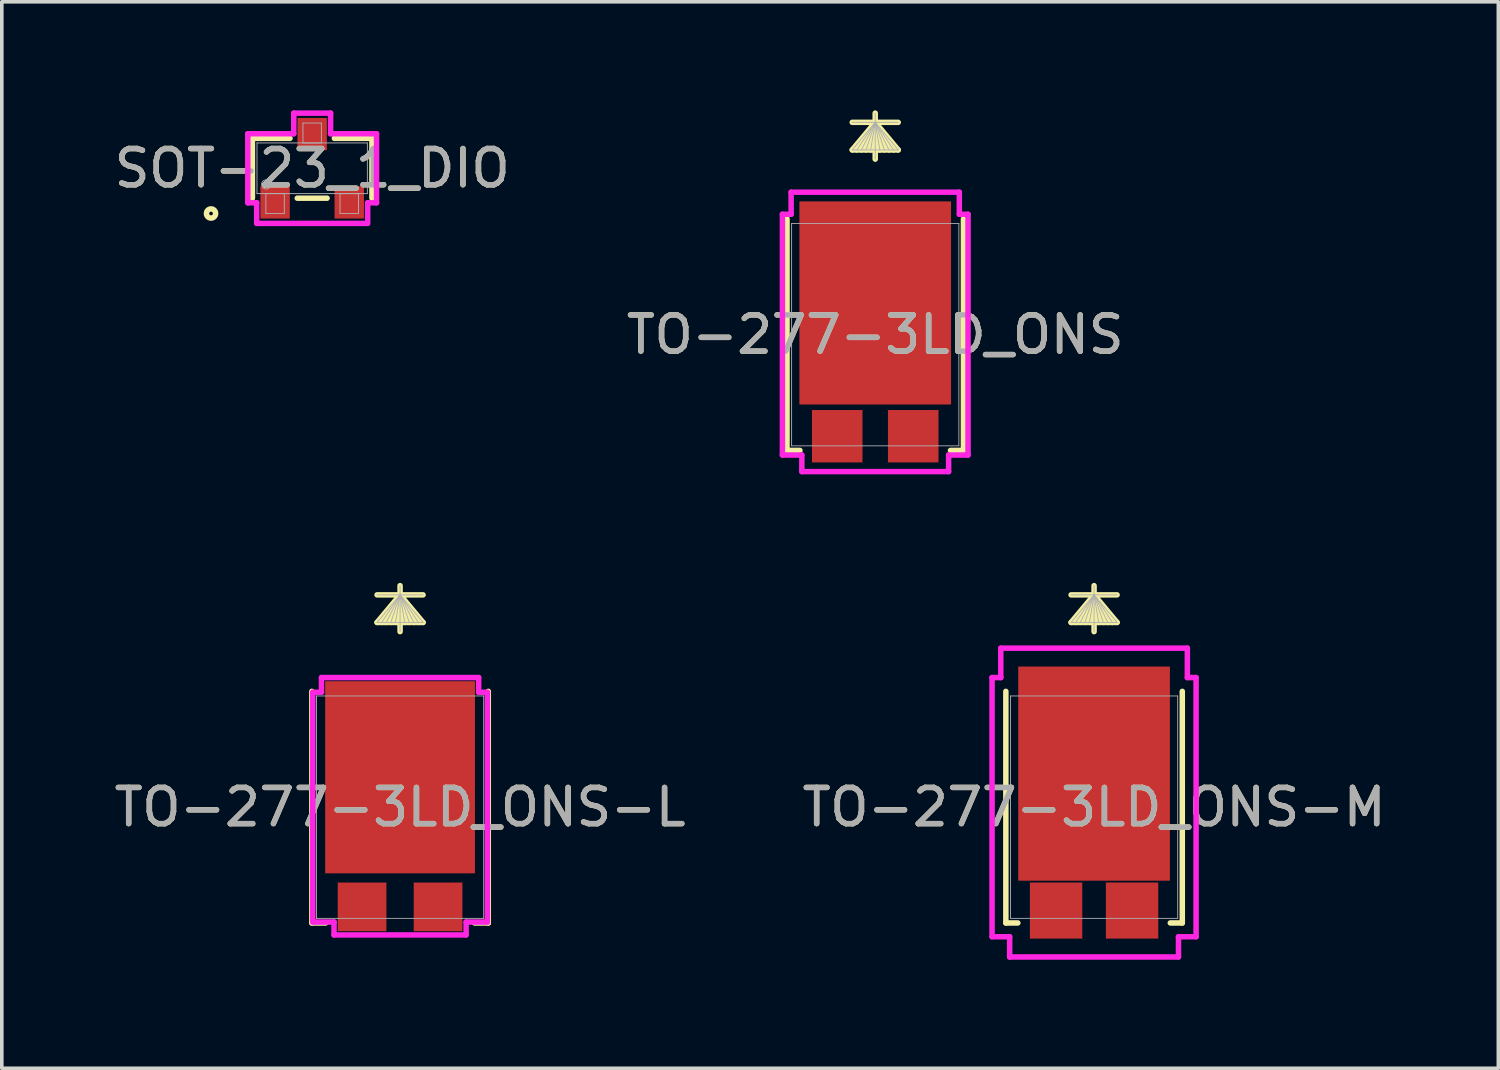
<source format=kicad_pcb>
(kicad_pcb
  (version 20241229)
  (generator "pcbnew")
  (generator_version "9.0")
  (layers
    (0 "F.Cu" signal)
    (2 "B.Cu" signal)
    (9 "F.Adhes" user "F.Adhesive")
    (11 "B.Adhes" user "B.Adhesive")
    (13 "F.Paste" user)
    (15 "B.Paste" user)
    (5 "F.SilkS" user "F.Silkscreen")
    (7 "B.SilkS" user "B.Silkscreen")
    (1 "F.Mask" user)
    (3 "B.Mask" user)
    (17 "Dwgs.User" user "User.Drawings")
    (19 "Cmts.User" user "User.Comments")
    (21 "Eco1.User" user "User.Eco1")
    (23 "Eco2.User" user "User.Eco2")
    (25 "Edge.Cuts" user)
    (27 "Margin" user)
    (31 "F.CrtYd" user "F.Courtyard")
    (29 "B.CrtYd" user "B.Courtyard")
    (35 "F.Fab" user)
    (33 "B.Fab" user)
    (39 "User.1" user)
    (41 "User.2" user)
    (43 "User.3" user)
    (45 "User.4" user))
  (footprint "SOT-23_1_DIO"
    (layer "F.Cu")
    (at 5.577 1.6)
    (property "Reference" "SOT-23_1_DIO" (at 0 0 0) (unlocked yes) (layer "F.SilkS") (effects (font (size 1 1) (thickness 0.15))))
    (attr smd)
    (fp_line (start -1.652 -0.827) (end -1.652 0.827) (stroke (width 0.152) (type solid)) (layer "F.SilkS"))
    (fp_line (start -0.613 -0.827) (end -1.652 -0.827) (stroke (width 0.152) (type solid)) (layer "F.SilkS"))
    (fp_line (start -0.412 0.827) (end 0.412 0.827) (stroke (width 0.152) (type solid)) (layer "F.SilkS"))
    (fp_line (start 1.652 -0.827) (end 0.613 -0.827) (stroke (width 0.152) (type solid)) (layer "F.SilkS"))
    (fp_line (start 1.652 0.827) (end 1.652 -0.827) (stroke (width 0.152) (type solid)) (layer "F.SilkS"))
    (fp_circle (center -2.795 1.25) (end -2.668 1.25) (stroke (width 0.152) (type solid)) (fill no) (layer "F.SilkS"))
    (fp_line (start -1.779 -0.954) (end -0.509 -0.954) (stroke (width 0.152) (type solid)) (layer "F.CrtYd"))
    (fp_line (start -1.779 0.954) (end -1.779 -0.954) (stroke (width 0.152) (type solid)) (layer "F.CrtYd"))
    (fp_line (start -1.779 0.954) (end -1.534 0.954) (stroke (width 0.152) (type solid)) (layer "F.CrtYd"))
    (fp_line (start -1.534 0.954) (end -1.534 1.524) (stroke (width 0.152) (type solid)) (layer "F.CrtYd"))
    (fp_line (start -1.524 1.524) (end 1.524 1.524) (stroke (width 0.152) (type solid)) (layer "F.CrtYd"))
    (fp_line (start -0.509 -1.524) (end 0.509 -1.524) (stroke (width 0.152) (type solid)) (layer "F.CrtYd"))
    (fp_line (start -0.509 -0.954) (end -0.508 -1.524) (stroke (width 0.152) (type solid)) (layer "F.CrtYd"))
    (fp_line (start 0.509 -0.954) (end 0.509 -1.524) (stroke (width 0.152) (type solid)) (layer "F.CrtYd"))
    (fp_line (start 1.534 0.954) (end 1.534 1.524) (stroke (width 0.152) (type solid)) (layer "F.CrtYd"))
    (fp_line (start 1.779 -0.954) (end 0.509 -0.954) (stroke (width 0.152) (type solid)) (layer "F.CrtYd"))
    (fp_line (start 1.779 -0.954) (end 1.779 0.954) (stroke (width 0.152) (type solid)) (layer "F.CrtYd"))
    (fp_line (start 1.779 0.954) (end 1.534 0.954) (stroke (width 0.152) (type solid)) (layer "F.CrtYd"))
    (fp_line (start -1.525 -0.7) (end -1.525 0.7) (stroke (width 0.025) (type solid)) (layer "F.Fab"))
    (fp_line (start -1.525 0.7) (end 1.525 0.7) (stroke (width 0.025) (type solid)) (layer "F.Fab"))
    (fp_line (start -1.28 0.7) (end -1.28 1.25) (stroke (width 0.025) (type solid)) (layer "F.Fab"))
    (fp_line (start -1.28 1.25) (end -0.77 1.25) (stroke (width 0.025) (type solid)) (layer "F.Fab"))
    (fp_line (start -0.77 0.7) (end -1.28 0.7) (stroke (width 0.025) (type solid)) (layer "F.Fab"))
    (fp_line (start -0.77 1.25) (end -0.77 0.7) (stroke (width 0.025) (type solid)) (layer "F.Fab"))
    (fp_line (start -0.255 -1.25) (end -0.255 -0.7) (stroke (width 0.025) (type solid)) (layer "F.Fab"))
    (fp_line (start -0.255 -0.7) (end 0.255 -0.7) (stroke (width 0.025) (type solid)) (layer "F.Fab"))
    (fp_line (start 0.255 -1.25) (end -0.255 -1.25) (stroke (width 0.025) (type solid)) (layer "F.Fab"))
    (fp_line (start 0.255 -0.7) (end 0.255 -1.25) (stroke (width 0.025) (type solid)) (layer "F.Fab"))
    (fp_line (start 0.77 0.7) (end 0.77 1.25) (stroke (width 0.025) (type solid)) (layer "F.Fab"))
    (fp_line (start 0.77 1.25) (end 1.28 1.25) (stroke (width 0.025) (type solid)) (layer "F.Fab"))
    (fp_line (start 1.28 0.7) (end 0.77 0.7) (stroke (width 0.025) (type solid)) (layer "F.Fab"))
    (fp_line (start 1.28 1.25) (end 1.28 0.7) (stroke (width 0.025) (type solid)) (layer "F.Fab"))
    (fp_line (start 1.525 -0.7) (end -1.525 -0.7) (stroke (width 0.025) (type solid)) (layer "F.Fab"))
    (fp_line (start 1.525 0.7) (end 1.525 -0.7) (stroke (width 0.025) (type solid)) (layer "F.Fab"))
    (fp_circle (center -1.271 0.446) (end -1.144 0.446) (stroke (width 0.025) (type solid)) (fill no) (layer "F.Fab"))
    (fp_text user "${REFERENCE}" (at 0 0 0) (unlocked yes) (layer "F.Fab") (effects (font (size 1 1) (thickness 0.15))))
    (pad "1" smd rect (at -1.025 0.945) (size 0.813 0.889) (layers "F.Cu" "F.Mask" "F.Paste"))
    (pad "2" smd rect (at 1.025 0.945) (size 0.813 0.889) (layers "F.Cu" "F.Mask" "F.Paste"))
    (pad "3" smd rect (at 0 -0.945) (size 0.813 0.889) (layers "F.Cu" "F.Mask" "F.Paste")))
  (footprint "TO-277-3LD_ONS-L"
    (layer "F.Cu")
    (at 8.006 19.256)
    (property "Reference" "TO-277-3LD_ONS-L" (at 0 0 0) (unlocked yes) (layer "F.SilkS") (effects (font (size 1 1) (thickness 0.15))))
    (attr smd)
    (fp_line (start -2.438 -3.2) (end -2.438 3.2) (stroke (width 0.152) (type solid)) (layer "F.SilkS"))
    (fp_line (start -2.438 3.2) (end -2.056 3.2) (stroke (width 0.152) (type solid)) (layer "F.SilkS"))
    (fp_line (start 0 -5.867) (end -0.635 -5.105) (stroke (width 0.152) (type solid)) (layer "F.SilkS"))
    (fp_line (start 0 -5.867) (end -0.508 -5.105) (stroke (width 0.152) (type solid)) (layer "F.SilkS"))
    (fp_line (start 0 -5.867) (end -0.381 -5.105) (stroke (width 0.152) (type solid)) (layer "F.SilkS"))
    (fp_line (start 0 -5.867) (end -0.254 -5.105) (stroke (width 0.152) (type solid)) (layer "F.SilkS"))
    (fp_line (start 0 -5.867) (end -0.127 -5.105) (stroke (width 0.152) (type solid)) (layer "F.SilkS"))
    (fp_line (start 0 -5.867) (end 0.127 -5.105) (stroke (width 0.152) (type solid)) (layer "F.SilkS"))
    (fp_line (start 0 -5.867) (end 0.254 -5.105) (stroke (width 0.152) (type solid)) (layer "F.SilkS"))
    (fp_line (start 0 -5.867) (end 0.381 -5.105) (stroke (width 0.152) (type solid)) (layer "F.SilkS"))
    (fp_line (start 0 -5.867) (end 0.508 -5.105) (stroke (width 0.152) (type solid)) (layer "F.SilkS"))
    (fp_line (start 0 -5.867) (end 0.635 -5.105) (stroke (width 0.152) (type solid)) (layer "F.SilkS"))
    (fp_line (start 0 -4.851) (end 0 -6.121) (stroke (width 0.152) (type solid)) (layer "F.SilkS"))
    (fp_line (start 0.635 -5.867) (end -0.635 -5.867) (stroke (width 0.152) (type solid)) (layer "F.SilkS"))
    (fp_line (start 0.635 -5.105) (end -0.635 -5.105) (stroke (width 0.152) (type solid)) (layer "F.SilkS"))
    (fp_line (start 2.056 3.2) (end 2.438 3.2) (stroke (width 0.152) (type solid)) (layer "F.SilkS"))
    (fp_line (start 2.438 3.2) (end 2.438 -3.2) (stroke (width 0.152) (type solid)) (layer "F.SilkS"))
    (fp_line (start -2.413 -3.175) (end -2.172 -3.175) (stroke (width 0.152) (type solid)) (layer "F.CrtYd"))
    (fp_line (start -2.413 3.175) (end -2.413 -3.175) (stroke (width 0.152) (type solid)) (layer "F.CrtYd"))
    (fp_line (start -2.172 -3.581) (end -2.172 -3.175) (stroke (width 0.152) (type solid)) (layer "F.CrtYd"))
    (fp_line (start -2.172 -3.581) (end 2.172 -3.581) (stroke (width 0.152) (type solid)) (layer "F.CrtYd"))
    (fp_line (start -1.825 3.175) (end -2.413 3.175) (stroke (width 0.152) (type solid)) (layer "F.CrtYd"))
    (fp_line (start -1.825 3.175) (end -1.825 3.531) (stroke (width 0.152) (type solid)) (layer "F.CrtYd"))
    (fp_line (start -1.825 3.531) (end 1.825 3.531) (stroke (width 0.152) (type solid)) (layer "F.CrtYd"))
    (fp_line (start 1.825 3.175) (end 1.825 3.531) (stroke (width 0.152) (type solid)) (layer "F.CrtYd"))
    (fp_line (start 2.172 -3.581) (end 2.172 -3.175) (stroke (width 0.152) (type solid)) (layer "F.CrtYd"))
    (fp_line (start 2.413 -3.175) (end 2.172 -3.175) (stroke (width 0.152) (type solid)) (layer "F.CrtYd"))
    (fp_line (start 2.413 -3.175) (end 2.413 3.175) (stroke (width 0.152) (type solid)) (layer "F.CrtYd"))
    (fp_line (start 2.413 3.175) (end 1.825 3.175) (stroke (width 0.152) (type solid)) (layer "F.CrtYd"))
    (fp_line (start -2.311 -3.073) (end -2.311 3.073) (stroke (width 0.025) (type solid)) (layer "F.Fab"))
    (fp_line (start -2.311 3.073) (end 2.311 3.073) (stroke (width 0.025) (type solid)) (layer "F.Fab"))
    (fp_line (start 0 -5.867) (end -0.635 -5.105) (stroke (width 0.025) (type solid)) (layer "F.Fab"))
    (fp_line (start 0 -5.867) (end -0.508 -5.105) (stroke (width 0.025) (type solid)) (layer "F.Fab"))
    (fp_line (start 0 -5.867) (end -0.381 -5.105) (stroke (width 0.025) (type solid)) (layer "F.Fab"))
    (fp_line (start 0 -5.867) (end -0.254 -5.105) (stroke (width 0.025) (type solid)) (layer "F.Fab"))
    (fp_line (start 0 -5.867) (end -0.127 -5.105) (stroke (width 0.025) (type solid)) (layer "F.Fab"))
    (fp_line (start 0 -5.867) (end 0.127 -5.105) (stroke (width 0.025) (type solid)) (layer "F.Fab"))
    (fp_line (start 0 -5.867) (end 0.254 -5.105) (stroke (width 0.025) (type solid)) (layer "F.Fab"))
    (fp_line (start 0 -5.867) (end 0.381 -5.105) (stroke (width 0.025) (type solid)) (layer "F.Fab"))
    (fp_line (start 0 -5.867) (end 0.508 -5.105) (stroke (width 0.025) (type solid)) (layer "F.Fab"))
    (fp_line (start 0 -5.867) (end 0.635 -5.105) (stroke (width 0.025) (type solid)) (layer "F.Fab"))
    (fp_line (start 0 -4.851) (end 0 -6.121) (stroke (width 0.025) (type solid)) (layer "F.Fab"))
    (fp_line (start 0.635 -5.867) (end -0.635 -5.867) (stroke (width 0.025) (type solid)) (layer "F.Fab"))
    (fp_line (start 0.635 -5.105) (end -0.635 -5.105) (stroke (width 0.025) (type solid)) (layer "F.Fab"))
    (fp_line (start 2.311 -3.073) (end -2.311 -3.073) (stroke (width 0.025) (type solid)) (layer "F.Fab"))
    (fp_line (start 2.311 3.073) (end 2.311 -3.073) (stroke (width 0.025) (type solid)) (layer "F.Fab"))
    (fp_text user "${REFERENCE}" (at 0 0 0) (unlocked yes) (layer "F.Fab") (effects (font (size 1 1) (thickness 0.15))))
    (pad "1" smd rect (at 1.05 2.756 90) (size 1.346 1.346) (layers "F.Cu" "F.Mask" "F.Paste"))
    (pad "2" smd rect (at -1.05 2.756 90) (size 1.346 1.346) (layers "F.Cu" "F.Mask" "F.Paste"))
    (pad "3" smd rect (at 0 -0.826 90) (size 5.309 4.14) (layers "F.Cu" "F.Mask" "F.Paste")))
  (footprint "TO-277-3LD_ONS-M"
    (layer "F.Cu")
    (at 27.185 19.256)
    (property "Reference" "TO-277-3LD_ONS-M" (at 0 0 0) (unlocked yes) (layer "F.SilkS") (effects (font (size 1 1) (thickness 0.15))))
    (attr smd)
    (fp_line (start -2.438 -3.2) (end -2.438 3.2) (stroke (width 0.152) (type solid)) (layer "F.SilkS"))
    (fp_line (start -2.438 3.2) (end -2.107 3.2) (stroke (width 0.152) (type solid)) (layer "F.SilkS"))
    (fp_line (start 0 -5.867) (end -0.635 -5.105) (stroke (width 0.152) (type solid)) (layer "F.SilkS"))
    (fp_line (start 0 -5.867) (end -0.508 -5.105) (stroke (width 0.152) (type solid)) (layer "F.SilkS"))
    (fp_line (start 0 -5.867) (end -0.381 -5.105) (stroke (width 0.152) (type solid)) (layer "F.SilkS"))
    (fp_line (start 0 -5.867) (end -0.254 -5.105) (stroke (width 0.152) (type solid)) (layer "F.SilkS"))
    (fp_line (start 0 -5.867) (end -0.127 -5.105) (stroke (width 0.152) (type solid)) (layer "F.SilkS"))
    (fp_line (start 0 -5.867) (end 0.127 -5.105) (stroke (width 0.152) (type solid)) (layer "F.SilkS"))
    (fp_line (start 0 -5.867) (end 0.254 -5.105) (stroke (width 0.152) (type solid)) (layer "F.SilkS"))
    (fp_line (start 0 -5.867) (end 0.381 -5.105) (stroke (width 0.152) (type solid)) (layer "F.SilkS"))
    (fp_line (start 0 -5.867) (end 0.508 -5.105) (stroke (width 0.152) (type solid)) (layer "F.SilkS"))
    (fp_line (start 0 -5.867) (end 0.635 -5.105) (stroke (width 0.152) (type solid)) (layer "F.SilkS"))
    (fp_line (start 0 -4.851) (end 0 -6.121) (stroke (width 0.152) (type solid)) (layer "F.SilkS"))
    (fp_line (start 0.635 -5.867) (end -0.635 -5.867) (stroke (width 0.152) (type solid)) (layer "F.SilkS"))
    (fp_line (start 0.635 -5.105) (end -0.635 -5.105) (stroke (width 0.152) (type solid)) (layer "F.SilkS"))
    (fp_line (start 2.107 3.2) (end 2.438 3.2) (stroke (width 0.152) (type solid)) (layer "F.SilkS"))
    (fp_line (start 2.438 3.2) (end 2.438 -3.2) (stroke (width 0.152) (type solid)) (layer "F.SilkS"))
    (fp_line (start -2.819 -3.581) (end -2.578 -3.581) (stroke (width 0.152) (type solid)) (layer "F.CrtYd"))
    (fp_line (start -2.819 3.581) (end -2.819 -3.581) (stroke (width 0.152) (type solid)) (layer "F.CrtYd"))
    (fp_line (start -2.578 -4.394) (end -2.578 -3.581) (stroke (width 0.152) (type solid)) (layer "F.CrtYd"))
    (fp_line (start -2.578 -4.394) (end 2.578 -4.394) (stroke (width 0.152) (type solid)) (layer "F.CrtYd"))
    (fp_line (start -2.333 3.581) (end -2.819 3.581) (stroke (width 0.152) (type solid)) (layer "F.CrtYd"))
    (fp_line (start -2.333 3.581) (end -2.333 4.14) (stroke (width 0.152) (type solid)) (layer "F.CrtYd"))
    (fp_line (start -2.333 4.14) (end 2.333 4.14) (stroke (width 0.152) (type solid)) (layer "F.CrtYd"))
    (fp_line (start 2.333 3.581) (end 2.333 4.14) (stroke (width 0.152) (type solid)) (layer "F.CrtYd"))
    (fp_line (start 2.578 -4.394) (end 2.578 -3.581) (stroke (width 0.152) (type solid)) (layer "F.CrtYd"))
    (fp_line (start 2.819 -3.581) (end 2.578 -3.581) (stroke (width 0.152) (type solid)) (layer "F.CrtYd"))
    (fp_line (start 2.819 -3.581) (end 2.819 3.581) (stroke (width 0.152) (type solid)) (layer "F.CrtYd"))
    (fp_line (start 2.819 3.581) (end 2.333 3.581) (stroke (width 0.152) (type solid)) (layer "F.CrtYd"))
    (fp_line (start -2.311 -3.073) (end -2.311 3.073) (stroke (width 0.025) (type solid)) (layer "F.Fab"))
    (fp_line (start -2.311 3.073) (end 2.311 3.073) (stroke (width 0.025) (type solid)) (layer "F.Fab"))
    (fp_line (start 0 -5.867) (end -0.635 -5.105) (stroke (width 0.025) (type solid)) (layer "F.Fab"))
    (fp_line (start 0 -5.867) (end -0.508 -5.105) (stroke (width 0.025) (type solid)) (layer "F.Fab"))
    (fp_line (start 0 -5.867) (end -0.381 -5.105) (stroke (width 0.025) (type solid)) (layer "F.Fab"))
    (fp_line (start 0 -5.867) (end -0.254 -5.105) (stroke (width 0.025) (type solid)) (layer "F.Fab"))
    (fp_line (start 0 -5.867) (end -0.127 -5.105) (stroke (width 0.025) (type solid)) (layer "F.Fab"))
    (fp_line (start 0 -5.867) (end 0.127 -5.105) (stroke (width 0.025) (type solid)) (layer "F.Fab"))
    (fp_line (start 0 -5.867) (end 0.254 -5.105) (stroke (width 0.025) (type solid)) (layer "F.Fab"))
    (fp_line (start 0 -5.867) (end 0.381 -5.105) (stroke (width 0.025) (type solid)) (layer "F.Fab"))
    (fp_line (start 0 -5.867) (end 0.508 -5.105) (stroke (width 0.025) (type solid)) (layer "F.Fab"))
    (fp_line (start 0 -5.867) (end 0.635 -5.105) (stroke (width 0.025) (type solid)) (layer "F.Fab"))
    (fp_line (start 0 -4.851) (end 0 -6.121) (stroke (width 0.025) (type solid)) (layer "F.Fab"))
    (fp_line (start 0.635 -5.867) (end -0.635 -5.867) (stroke (width 0.025) (type solid)) (layer "F.Fab"))
    (fp_line (start 0.635 -5.105) (end -0.635 -5.105) (stroke (width 0.025) (type solid)) (layer "F.Fab"))
    (fp_line (start 2.311 -3.073) (end -2.311 -3.073) (stroke (width 0.025) (type solid)) (layer "F.Fab"))
    (fp_line (start 2.311 3.073) (end 2.311 -3.073) (stroke (width 0.025) (type solid)) (layer "F.Fab"))
    (fp_text user "${REFERENCE}" (at 0 0 0) (unlocked yes) (layer "F.Fab") (effects (font (size 1 1) (thickness 0.15))))
    (pad "1" smd rect (at 1.05 2.857 90) (size 1.549 1.448) (layers "F.Cu" "F.Mask" "F.Paste"))
    (pad "2" smd rect (at -1.05 2.857 90) (size 1.549 1.448) (layers "F.Cu" "F.Mask" "F.Paste"))
    (pad "3" smd rect (at 0 -0.927 90) (size 5.918 4.191) (layers "F.Cu" "F.Mask" "F.Paste")))
  (footprint "TO-277-3LD_ONS"
    (layer "F.Cu")
    (at 21.137 6.198)
    (property "Reference" "TO-277-3LD_ONS" (at 0 0 0) (unlocked yes) (layer "F.SilkS") (effects (font (size 1 1) (thickness 0.15))))
    (attr smd)
    (fp_line (start -2.438 -3.2) (end -2.438 3.2) (stroke (width 0.152) (type solid)) (layer "F.SilkS"))
    (fp_line (start -2.438 3.2) (end -2.081 3.2) (stroke (width 0.152) (type solid)) (layer "F.SilkS"))
    (fp_line (start 0 -5.867) (end -0.635 -5.105) (stroke (width 0.152) (type solid)) (layer "F.SilkS"))
    (fp_line (start 0 -5.867) (end -0.508 -5.105) (stroke (width 0.152) (type solid)) (layer "F.SilkS"))
    (fp_line (start 0 -5.867) (end -0.381 -5.105) (stroke (width 0.152) (type solid)) (layer "F.SilkS"))
    (fp_line (start 0 -5.867) (end -0.254 -5.105) (stroke (width 0.152) (type solid)) (layer "F.SilkS"))
    (fp_line (start 0 -5.867) (end -0.127 -5.105) (stroke (width 0.152) (type solid)) (layer "F.SilkS"))
    (fp_line (start 0 -5.867) (end 0.127 -5.105) (stroke (width 0.152) (type solid)) (layer "F.SilkS"))
    (fp_line (start 0 -5.867) (end 0.254 -5.105) (stroke (width 0.152) (type solid)) (layer "F.SilkS"))
    (fp_line (start 0 -5.867) (end 0.381 -5.105) (stroke (width 0.152) (type solid)) (layer "F.SilkS"))
    (fp_line (start 0 -5.867) (end 0.508 -5.105) (stroke (width 0.152) (type solid)) (layer "F.SilkS"))
    (fp_line (start 0 -5.867) (end 0.635 -5.105) (stroke (width 0.152) (type solid)) (layer "F.SilkS"))
    (fp_line (start 0 -4.851) (end 0 -6.121) (stroke (width 0.152) (type solid)) (layer "F.SilkS"))
    (fp_line (start 0.635 -5.867) (end -0.635 -5.867) (stroke (width 0.152) (type solid)) (layer "F.SilkS"))
    (fp_line (start 0.635 -5.105) (end -0.635 -5.105) (stroke (width 0.152) (type solid)) (layer "F.SilkS"))
    (fp_line (start 2.081 3.2) (end 2.438 3.2) (stroke (width 0.152) (type solid)) (layer "F.SilkS"))
    (fp_line (start 2.438 3.2) (end 2.438 -3.2) (stroke (width 0.152) (type solid)) (layer "F.SilkS"))
    (fp_line (start -2.565 -3.327) (end -2.324 -3.327) (stroke (width 0.152) (type solid)) (layer "F.CrtYd"))
    (fp_line (start -2.565 3.327) (end -2.565 -3.327) (stroke (width 0.152) (type solid)) (layer "F.CrtYd"))
    (fp_line (start -2.324 -3.937) (end -2.324 -3.327) (stroke (width 0.152) (type solid)) (layer "F.CrtYd"))
    (fp_line (start -2.324 -3.937) (end 2.324 -3.937) (stroke (width 0.152) (type solid)) (layer "F.CrtYd"))
    (fp_line (start -2.028 3.327) (end -2.565 3.327) (stroke (width 0.152) (type solid)) (layer "F.CrtYd"))
    (fp_line (start -2.028 3.327) (end -2.028 3.785) (stroke (width 0.152) (type solid)) (layer "F.CrtYd"))
    (fp_line (start -2.028 3.785) (end 2.028 3.785) (stroke (width 0.152) (type solid)) (layer "F.CrtYd"))
    (fp_line (start 2.028 3.327) (end 2.028 3.785) (stroke (width 0.152) (type solid)) (layer "F.CrtYd"))
    (fp_line (start 2.324 -3.937) (end 2.324 -3.327) (stroke (width 0.152) (type solid)) (layer "F.CrtYd"))
    (fp_line (start 2.565 -3.327) (end 2.324 -3.327) (stroke (width 0.152) (type solid)) (layer "F.CrtYd"))
    (fp_line (start 2.565 -3.327) (end 2.565 3.327) (stroke (width 0.152) (type solid)) (layer "F.CrtYd"))
    (fp_line (start 2.565 3.327) (end 2.028 3.327) (stroke (width 0.152) (type solid)) (layer "F.CrtYd"))
    (fp_line (start -2.311 -3.073) (end -2.311 3.073) (stroke (width 0.025) (type solid)) (layer "F.Fab"))
    (fp_line (start -2.311 3.073) (end 2.311 3.073) (stroke (width 0.025) (type solid)) (layer "F.Fab"))
    (fp_line (start 0 -5.867) (end -0.635 -5.105) (stroke (width 0.025) (type solid)) (layer "F.Fab"))
    (fp_line (start 0 -5.867) (end -0.508 -5.105) (stroke (width 0.025) (type solid)) (layer "F.Fab"))
    (fp_line (start 0 -5.867) (end -0.381 -5.105) (stroke (width 0.025) (type solid)) (layer "F.Fab"))
    (fp_line (start 0 -5.867) (end -0.254 -5.105) (stroke (width 0.025) (type solid)) (layer "F.Fab"))
    (fp_line (start 0 -5.867) (end -0.127 -5.105) (stroke (width 0.025) (type solid)) (layer "F.Fab"))
    (fp_line (start 0 -5.867) (end 0.127 -5.105) (stroke (width 0.025) (type solid)) (layer "F.Fab"))
    (fp_line (start 0 -5.867) (end 0.254 -5.105) (stroke (width 0.025) (type solid)) (layer "F.Fab"))
    (fp_line (start 0 -5.867) (end 0.381 -5.105) (stroke (width 0.025) (type solid)) (layer "F.Fab"))
    (fp_line (start 0 -5.867) (end 0.508 -5.105) (stroke (width 0.025) (type solid)) (layer "F.Fab"))
    (fp_line (start 0 -5.867) (end 0.635 -5.105) (stroke (width 0.025) (type solid)) (layer "F.Fab"))
    (fp_line (start 0 -4.851) (end 0 -6.121) (stroke (width 0.025) (type solid)) (layer "F.Fab"))
    (fp_line (start 0.635 -5.867) (end -0.635 -5.867) (stroke (width 0.025) (type solid)) (layer "F.Fab"))
    (fp_line (start 0.635 -5.105) (end -0.635 -5.105) (stroke (width 0.025) (type solid)) (layer "F.Fab"))
    (fp_line (start 2.311 -3.073) (end -2.311 -3.073) (stroke (width 0.025) (type solid)) (layer "F.Fab"))
    (fp_line (start 2.311 3.073) (end 2.311 -3.073) (stroke (width 0.025) (type solid)) (layer "F.Fab"))
    (fp_text user "${REFERENCE}" (at 0 0 0) (unlocked yes) (layer "F.Fab") (effects (font (size 1 1) (thickness 0.15))))
    (pad "1" smd rect (at 1.05 2.807 90) (size 1.448 1.397) (layers "F.Cu" "F.Mask" "F.Paste"))
    (pad "2" smd rect (at -1.05 2.807 90) (size 1.448 1.397) (layers "F.Cu" "F.Mask" "F.Paste"))
    (pad "3" smd rect (at 0 -0.876 90) (size 5.613 4.191) (layers "F.Cu" "F.Mask" "F.Paste")))
  (gr_rect
    (start -3 -3)
    (end 38.357 26.472)
    (stroke (width 0.1) (type default))
    (fill no)
    (layer "Edge.Cuts")))
</source>
